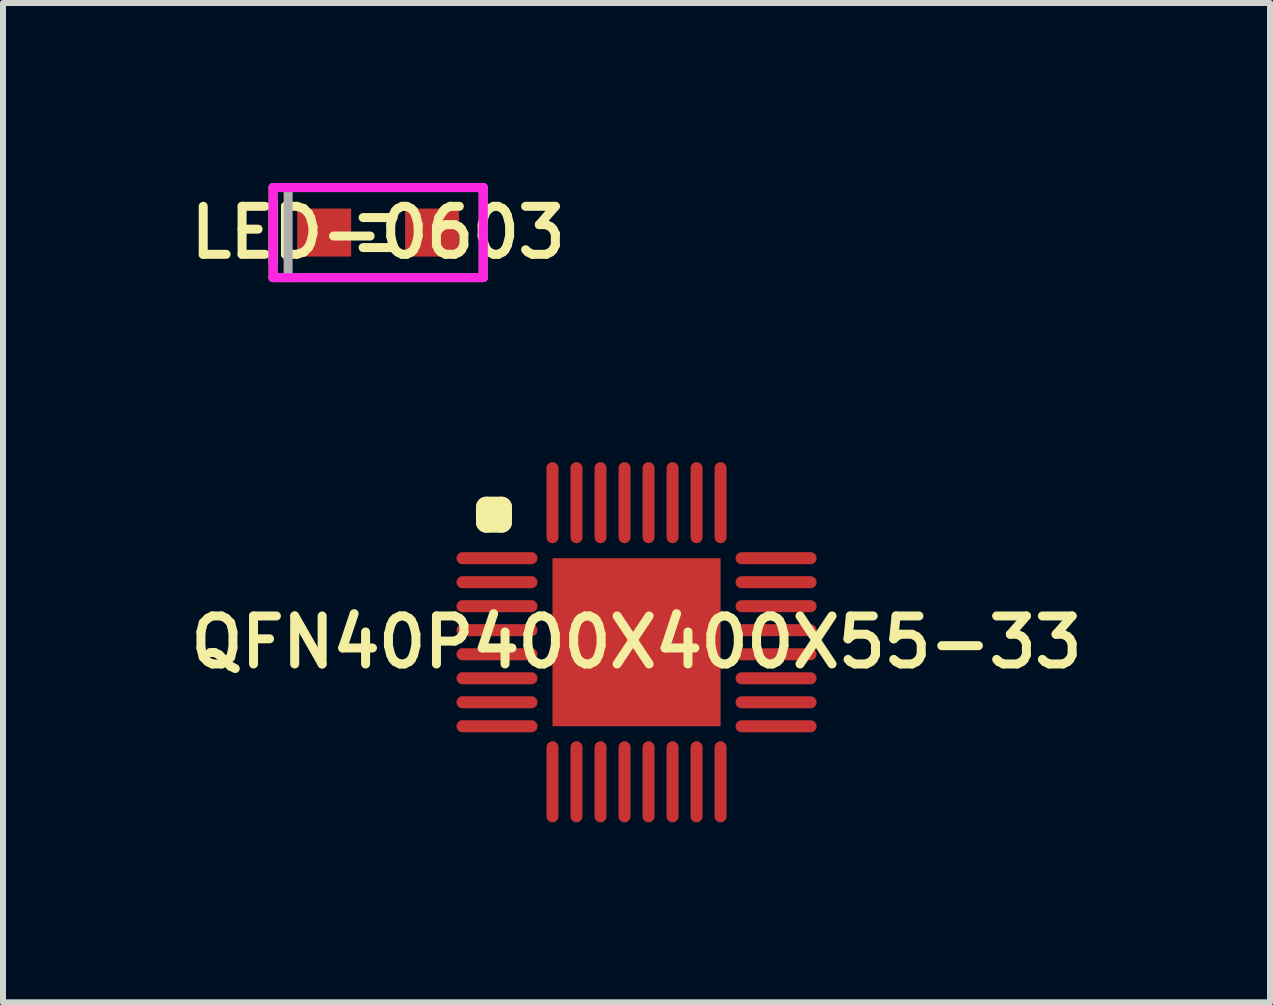
<source format=kicad_pcb>
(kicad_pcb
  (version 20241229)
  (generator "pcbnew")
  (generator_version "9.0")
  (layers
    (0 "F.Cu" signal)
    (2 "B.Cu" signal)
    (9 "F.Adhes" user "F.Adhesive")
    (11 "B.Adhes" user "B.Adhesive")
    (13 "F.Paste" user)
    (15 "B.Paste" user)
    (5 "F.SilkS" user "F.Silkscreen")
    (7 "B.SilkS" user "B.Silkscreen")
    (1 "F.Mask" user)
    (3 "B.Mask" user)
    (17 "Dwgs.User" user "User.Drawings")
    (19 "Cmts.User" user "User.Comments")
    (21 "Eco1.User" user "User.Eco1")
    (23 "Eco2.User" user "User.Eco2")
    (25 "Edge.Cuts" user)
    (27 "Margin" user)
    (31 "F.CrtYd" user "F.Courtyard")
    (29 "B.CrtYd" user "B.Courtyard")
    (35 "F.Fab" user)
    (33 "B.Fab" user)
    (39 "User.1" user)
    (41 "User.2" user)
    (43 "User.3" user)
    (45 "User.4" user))
  (footprint "QFN40P400X400X55-33"
    (layer "F.Cu")
    (at 7.555 7.65)
    (property "Reference" "QFN40P400X400X55-33" (at 0 0 0) (layer "F.SilkS") (effects (font (size 0.8 0.8) (thickness 0.15))))
    (attr through_hole)
    (fp_line (start -2.5 -2.25) (end -2.5 -2) (stroke (width 0.35) (type solid)) (layer "F.SilkS"))
    (fp_line (start -2.5 -2) (end -2.25 -2) (stroke (width 0.35) (type solid)) (layer "F.SilkS"))
    (fp_line (start -2.25 -2.25) (end -2.5 -2.25) (stroke (width 0.35) (type solid)) (layer "F.SilkS"))
    (fp_line (start -2.25 -2) (end -2.25 -2.25) (stroke (width 0.35) (type solid)) (layer "F.SilkS"))
    (pad "1" smd oval (at -2.325 -1.4) (size 1.35 0.2) (layers "F.Cu" "F.Mask" "F.Paste"))
    (pad "2" smd oval (at -2.325 -1) (size 1.35 0.2) (layers "F.Cu" "F.Mask" "F.Paste"))
    (pad "3" smd oval (at -2.325 -0.6) (size 1.35 0.2) (layers "F.Cu" "F.Mask" "F.Paste"))
    (pad "4" smd oval (at -2.325 -0.2) (size 1.35 0.2) (layers "F.Cu" "F.Mask" "F.Paste"))
    (pad "5" smd oval (at -2.325 0.2) (size 1.35 0.2) (layers "F.Cu" "F.Mask" "F.Paste"))
    (pad "6" smd oval (at -2.325 0.6) (size 1.35 0.2) (layers "F.Cu" "F.Mask" "F.Paste"))
    (pad "7" smd oval (at -2.325 1) (size 1.35 0.2) (layers "F.Cu" "F.Mask" "F.Paste"))
    (pad "8" smd oval (at -2.325 1.4) (size 1.35 0.2) (layers "F.Cu" "F.Mask" "F.Paste"))
    (pad "9" smd oval (at -1.4 2.325) (size 0.2 1.35) (layers "F.Cu" "F.Mask" "F.Paste"))
    (pad "10" smd oval (at -1 2.325) (size 0.2 1.35) (layers "F.Cu" "F.Mask" "F.Paste"))
    (pad "11" smd oval (at -0.6 2.325) (size 0.2 1.35) (layers "F.Cu" "F.Mask" "F.Paste"))
    (pad "12" smd oval (at -0.2 2.325) (size 0.2 1.35) (layers "F.Cu" "F.Mask" "F.Paste"))
    (pad "13" smd oval (at 0.2 2.325) (size 0.2 1.35) (layers "F.Cu" "F.Mask" "F.Paste"))
    (pad "14" smd oval (at 0.6 2.325) (size 0.2 1.35) (layers "F.Cu" "F.Mask" "F.Paste"))
    (pad "15" smd oval (at 1 2.325) (size 0.2 1.35) (layers "F.Cu" "F.Mask" "F.Paste"))
    (pad "16" smd oval (at 1.4 2.325) (size 0.2 1.35) (layers "F.Cu" "F.Mask" "F.Paste"))
    (pad "17" smd oval (at 2.325 1.4) (size 1.35 0.2) (layers "F.Cu" "F.Mask" "F.Paste"))
    (pad "18" smd oval (at 2.325 1) (size 1.35 0.2) (layers "F.Cu" "F.Mask" "F.Paste"))
    (pad "19" smd oval (at 2.325 0.6) (size 1.35 0.2) (layers "F.Cu" "F.Mask" "F.Paste"))
    (pad "20" smd oval (at 2.325 0.2) (size 1.35 0.2) (layers "F.Cu" "F.Mask" "F.Paste"))
    (pad "21" smd oval (at 2.325 -0.2) (size 1.35 0.2) (layers "F.Cu" "F.Mask" "F.Paste"))
    (pad "22" smd oval (at 2.325 -0.6) (size 1.35 0.2) (layers "F.Cu" "F.Mask" "F.Paste"))
    (pad "23" smd oval (at 2.325 -1) (size 1.35 0.2) (layers "F.Cu" "F.Mask" "F.Paste"))
    (pad "24" smd oval (at 2.325 -1.4) (size 1.35 0.2) (layers "F.Cu" "F.Mask" "F.Paste"))
    (pad "25" smd oval (at 1.4 -2.325) (size 0.2 1.35) (layers "F.Cu" "F.Mask" "F.Paste"))
    (pad "26" smd oval (at 1 -2.325) (size 0.2 1.35) (layers "F.Cu" "F.Mask" "F.Paste"))
    (pad "27" smd oval (at 0.6 -2.325) (size 0.2 1.35) (layers "F.Cu" "F.Mask" "F.Paste"))
    (pad "28" smd oval (at 0.2 -2.325) (size 0.2 1.35) (layers "F.Cu" "F.Mask" "F.Paste"))
    (pad "29" smd oval (at -0.2 -2.325) (size 0.2 1.35) (layers "F.Cu" "F.Mask" "F.Paste"))
    (pad "30" smd oval (at -0.6 -2.325) (size 0.2 1.35) (layers "F.Cu" "F.Mask" "F.Paste"))
    (pad "31" smd oval (at -1 -2.325) (size 0.2 1.35) (layers "F.Cu" "F.Mask" "F.Paste"))
    (pad "32" smd oval (at -1.4 -2.325) (size 0.2 1.35) (layers "F.Cu" "F.Mask" "F.Paste"))
    (pad "33" smd rect (at 0 0) (size 2.8 2.8) (layers "F.Cu" "F.Mask" "F.Paste")))
  (footprint "LED-0603"
    (layer "F.Cu")
    (at 3.25 0.825)
    (property "Reference" "LED-0603" (at 0 0 0) (layer "F.SilkS") (effects (font (size 0.8 0.8) (thickness 0.15))))
    (attr through_hole)
    (fp_line (start -1.75 -0.5) (end -1.75 0.5) (stroke (width 0.15) (type solid)) (layer "F.SilkS"))
    (fp_line (start -0.25 -0.25) (end 0.25 -0.25) (stroke (width 0.15) (type solid)) (layer "F.SilkS"))
    (fp_line (start 0.25 0.25) (end -0.25 0.25) (stroke (width 0.15) (type solid)) (layer "F.SilkS"))
    (fp_line (start -1.75 -0.75) (end 1.75 -0.75) (stroke (width 0.15) (type solid)) (layer "F.CrtYd"))
    (fp_line (start -1.75 0.75) (end -1.75 -0.75) (stroke (width 0.15) (type solid)) (layer "F.CrtYd"))
    (fp_line (start 1.75 -0.75) (end 1.75 0.75) (stroke (width 0.15) (type solid)) (layer "F.CrtYd"))
    (fp_line (start 1.75 0.75) (end -1.75 0.75) (stroke (width 0.15) (type solid)) (layer "F.CrtYd"))
    (fp_line (start -1.75 -0.75) (end 1.75 -0.75) (stroke (width 0.15) (type solid)) (layer "F.Fab"))
    (fp_line (start -1.75 0.75) (end -1.75 -0.75) (stroke (width 0.15) (type solid)) (layer "F.Fab"))
    (fp_line (start -1.5 -0.75) (end -1.5 0.75) (stroke (width 0.15) (type solid)) (layer "F.Fab"))
    (fp_line (start 1.75 -0.75) (end 1.75 0.75) (stroke (width 0.15) (type solid)) (layer "F.Fab"))
    (fp_line (start 1.75 0.75) (end -1.75 0.75) (stroke (width 0.15) (type solid)) (layer "F.Fab"))
    (pad "1" smd rect (at -0.899 0) (size 0.899 0.8) (layers "F.Cu" "F.Mask" "F.Paste"))
    (pad "2" smd rect (at 0.899 0) (size 0.899 0.8) (layers "F.Cu" "F.Mask" "F.Paste")))
  (gr_rect
    (start -3 -3)
    (end 18.109 13.65)
    (stroke (width 0.1) (type default))
    (fill no)
    (layer "Edge.Cuts")))
</source>
